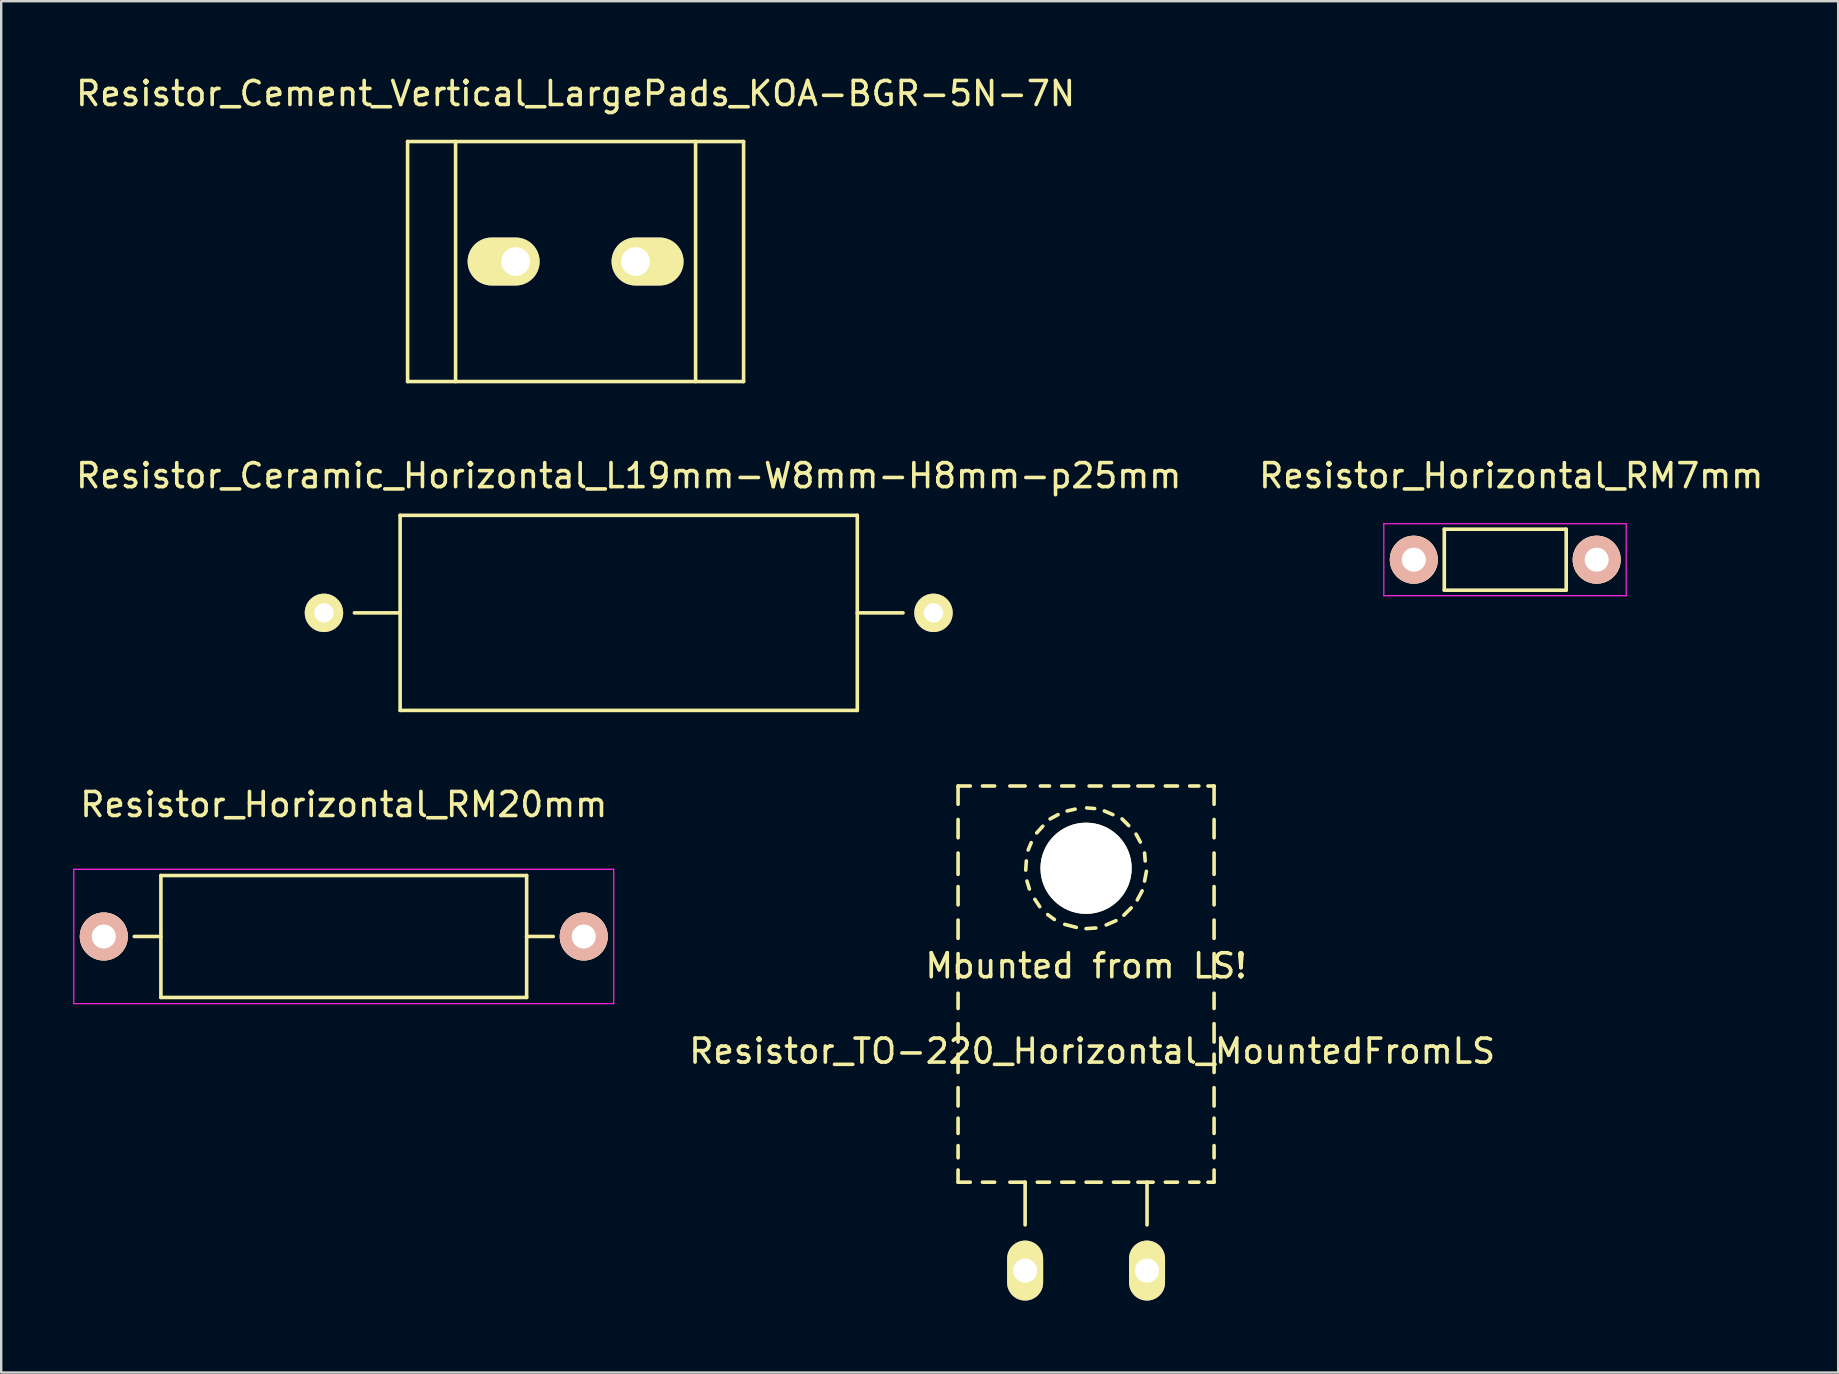
<source format=kicad_pcb>
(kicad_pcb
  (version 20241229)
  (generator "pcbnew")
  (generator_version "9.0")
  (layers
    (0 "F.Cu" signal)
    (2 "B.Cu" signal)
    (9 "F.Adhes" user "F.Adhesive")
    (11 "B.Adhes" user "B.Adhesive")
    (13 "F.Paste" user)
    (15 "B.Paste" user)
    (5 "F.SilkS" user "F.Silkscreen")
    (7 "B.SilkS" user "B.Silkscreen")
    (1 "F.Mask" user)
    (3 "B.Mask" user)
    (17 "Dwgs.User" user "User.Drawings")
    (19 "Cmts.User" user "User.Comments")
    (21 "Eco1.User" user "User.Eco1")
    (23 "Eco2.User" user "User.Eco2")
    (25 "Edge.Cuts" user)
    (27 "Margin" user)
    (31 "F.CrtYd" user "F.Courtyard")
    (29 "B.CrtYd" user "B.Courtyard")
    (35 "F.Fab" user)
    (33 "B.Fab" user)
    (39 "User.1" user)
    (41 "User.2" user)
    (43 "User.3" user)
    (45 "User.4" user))
  (footprint "Resistor_TO-220_Horizontal_MountedFromLS"
    (layer "F.Cu")
    (at 42.207 49.895)
    (property "Reference" "Resistor_TO-220_Horizontal_MountedFromLS" (at 0.254 -9.144 0) (layer "F.SilkS") (effects (font (size 1 1) (thickness 0.15))))
    (attr through_hole)
    (fp_line (start -5.334 -20.193) (end -5.334 -19.431) (stroke (width 0.15) (type solid)) (layer "F.SilkS"))
    (fp_line (start -5.334 -20.193) (end -4.826 -20.193) (stroke (width 0.15) (type solid)) (layer "F.SilkS"))
    (fp_line (start -5.334 -18.796) (end -5.334 -18.034) (stroke (width 0.15) (type solid)) (layer "F.SilkS"))
    (fp_line (start -5.334 -17.399) (end -5.334 -16.51) (stroke (width 0.15) (type solid)) (layer "F.SilkS"))
    (fp_line (start -5.334 -16.002) (end -5.334 -15.24) (stroke (width 0.15) (type solid)) (layer "F.SilkS"))
    (fp_line (start -5.334 -14.605) (end -5.334 -13.843) (stroke (width 0.15) (type solid)) (layer "F.SilkS"))
    (fp_line (start -5.334 -13.208) (end -5.334 -12.192) (stroke (width 0.15) (type solid)) (layer "F.SilkS"))
    (fp_line (start -5.334 -11.557) (end -5.334 -10.922) (stroke (width 0.15) (type solid)) (layer "F.SilkS"))
    (fp_line (start -5.334 -10.287) (end -5.334 -9.525) (stroke (width 0.15) (type solid)) (layer "F.SilkS"))
    (fp_line (start -5.334 -9.017) (end -5.334 -8.255) (stroke (width 0.15) (type solid)) (layer "F.SilkS"))
    (fp_line (start -5.334 -7.62) (end -5.334 -6.858) (stroke (width 0.15) (type solid)) (layer "F.SilkS"))
    (fp_line (start -5.334 -6.35) (end -5.334 -5.715) (stroke (width 0.15) (type solid)) (layer "F.SilkS"))
    (fp_line (start -5.334 -5.207) (end -5.334 -4.699) (stroke (width 0.15) (type solid)) (layer "F.SilkS"))
    (fp_line (start -5.334 -4.191) (end -5.334 -3.683) (stroke (width 0.15) (type solid)) (layer "F.SilkS"))
    (fp_line (start -5.334 -3.683) (end -4.826 -3.683) (stroke (width 0.15) (type solid)) (layer "F.SilkS"))
    (fp_line (start -4.318 -20.193) (end -3.81 -20.193) (stroke (width 0.15) (type solid)) (layer "F.SilkS"))
    (fp_line (start -4.318 -3.683) (end -3.81 -3.683) (stroke (width 0.15) (type solid)) (layer "F.SilkS"))
    (fp_line (start -3.175 -20.193) (end -2.54 -20.193) (stroke (width 0.15) (type solid)) (layer "F.SilkS"))
    (fp_line (start -3.175 -3.683) (end -2.54 -3.683) (stroke (width 0.15) (type solid)) (layer "F.SilkS"))
    (fp_line (start -2.54 -3.683) (end -2.54 -1.905) (stroke (width 0.15) (type solid)) (layer "F.SilkS"))
    (fp_line (start -2.515 -16.688) (end -2.489 -17.069) (stroke (width 0.15) (type solid)) (layer "F.SilkS"))
    (fp_line (start -2.413 -17.526) (end -2.286 -17.831) (stroke (width 0.15) (type solid)) (layer "F.SilkS"))
    (fp_line (start -2.362 -15.9) (end -2.464 -16.231) (stroke (width 0.15) (type solid)) (layer "F.SilkS"))
    (fp_line (start -2.057 -18.237) (end -1.803 -18.517) (stroke (width 0.15) (type solid)) (layer "F.SilkS"))
    (fp_line (start -2.032 -3.683) (end -1.524 -3.683) (stroke (width 0.15) (type solid)) (layer "F.SilkS"))
    (fp_line (start -1.93 -15.164) (end -2.134 -15.469) (stroke (width 0.15) (type solid)) (layer "F.SilkS"))
    (fp_line (start -1.905 -20.193) (end -1.524 -20.193) (stroke (width 0.15) (type solid)) (layer "F.SilkS"))
    (fp_line (start -1.499 -18.821) (end -1.168 -18.999) (stroke (width 0.15) (type solid)) (layer "F.SilkS"))
    (fp_line (start -1.321 -14.63) (end -1.6 -14.834) (stroke (width 0.15) (type solid)) (layer "F.SilkS"))
    (fp_line (start -1.016 -20.193) (end -0.508 -20.193) (stroke (width 0.15) (type solid)) (layer "F.SilkS"))
    (fp_line (start -1.016 -3.683) (end -0.508 -3.683) (stroke (width 0.15) (type solid)) (layer "F.SilkS"))
    (fp_line (start -0.787 -19.152) (end -0.457 -19.228) (stroke (width 0.15) (type solid)) (layer "F.SilkS"))
    (fp_line (start -0.406 -14.3) (end -0.889 -14.427) (stroke (width 0.15) (type solid)) (layer "F.SilkS"))
    (fp_line (start 0 -3.683) (end 0.635 -3.683) (stroke (width 0.15) (type solid)) (layer "F.SilkS"))
    (fp_line (start 0.025 -19.279) (end 0.356 -19.253) (stroke (width 0.15) (type solid)) (layer "F.SilkS"))
    (fp_line (start 0.127 -20.193) (end 0.635 -20.193) (stroke (width 0.15) (type solid)) (layer "F.SilkS"))
    (fp_line (start 0.406 -14.275) (end 0 -14.249) (stroke (width 0.15) (type solid)) (layer "F.SilkS"))
    (fp_line (start 0.762 -19.152) (end 1.118 -18.999) (stroke (width 0.15) (type solid)) (layer "F.SilkS"))
    (fp_line (start 1.143 -20.193) (end 1.778 -20.193) (stroke (width 0.15) (type solid)) (layer "F.SilkS"))
    (fp_line (start 1.143 -3.683) (end 1.778 -3.683) (stroke (width 0.15) (type solid)) (layer "F.SilkS"))
    (fp_line (start 1.245 -14.58) (end 0.838 -14.402) (stroke (width 0.15) (type solid)) (layer "F.SilkS"))
    (fp_line (start 1.499 -18.821) (end 1.778 -18.542) (stroke (width 0.15) (type solid)) (layer "F.SilkS"))
    (fp_line (start 1.88 -15.113) (end 1.575 -14.808) (stroke (width 0.15) (type solid)) (layer "F.SilkS"))
    (fp_line (start 2.083 -18.186) (end 2.261 -17.856) (stroke (width 0.15) (type solid)) (layer "F.SilkS"))
    (fp_line (start 2.159 -20.193) (end 2.794 -20.193) (stroke (width 0.15) (type solid)) (layer "F.SilkS"))
    (fp_line (start 2.159 -3.683) (end 2.794 -3.683) (stroke (width 0.15) (type solid)) (layer "F.SilkS"))
    (fp_line (start 2.337 -15.824) (end 2.134 -15.443) (stroke (width 0.15) (type solid)) (layer "F.SilkS"))
    (fp_line (start 2.438 -17.399) (end 2.464 -17.069) (stroke (width 0.15) (type solid)) (layer "F.SilkS"))
    (fp_line (start 2.515 -16.637) (end 2.438 -16.231) (stroke (width 0.15) (type solid)) (layer "F.SilkS"))
    (fp_line (start 2.54 -3.683) (end 2.54 -1.905) (stroke (width 0.15) (type solid)) (layer "F.SilkS"))
    (fp_line (start 3.302 -20.193) (end 3.81 -20.193) (stroke (width 0.15) (type solid)) (layer "F.SilkS"))
    (fp_line (start 3.302 -3.683) (end 3.81 -3.683) (stroke (width 0.15) (type solid)) (layer "F.SilkS"))
    (fp_line (start 4.318 -20.193) (end 4.699 -20.193) (stroke (width 0.15) (type solid)) (layer "F.SilkS"))
    (fp_line (start 4.318 -3.683) (end 4.699 -3.683) (stroke (width 0.15) (type solid)) (layer "F.SilkS"))
    (fp_line (start 5.08 -20.193) (end 5.334 -20.193) (stroke (width 0.15) (type solid)) (layer "F.SilkS"))
    (fp_line (start 5.08 -3.683) (end 5.334 -3.683) (stroke (width 0.15) (type solid)) (layer "F.SilkS"))
    (fp_line (start 5.334 -20.193) (end 5.334 -19.431) (stroke (width 0.15) (type solid)) (layer "F.SilkS"))
    (fp_line (start 5.334 -18.796) (end 5.334 -18.034) (stroke (width 0.15) (type solid)) (layer "F.SilkS"))
    (fp_line (start 5.334 -17.399) (end 5.334 -16.51) (stroke (width 0.15) (type solid)) (layer "F.SilkS"))
    (fp_line (start 5.334 -16.002) (end 5.334 -15.24) (stroke (width 0.15) (type solid)) (layer "F.SilkS"))
    (fp_line (start 5.334 -14.605) (end 5.334 -13.843) (stroke (width 0.15) (type solid)) (layer "F.SilkS"))
    (fp_line (start 5.334 -13.208) (end 5.334 -12.192) (stroke (width 0.15) (type solid)) (layer "F.SilkS"))
    (fp_line (start 5.334 -11.557) (end 5.334 -10.922) (stroke (width 0.15) (type solid)) (layer "F.SilkS"))
    (fp_line (start 5.334 -10.287) (end 5.334 -9.525) (stroke (width 0.15) (type solid)) (layer "F.SilkS"))
    (fp_line (start 5.334 -9.017) (end 5.334 -8.255) (stroke (width 0.15) (type solid)) (layer "F.SilkS"))
    (fp_line (start 5.334 -7.62) (end 5.334 -6.858) (stroke (width 0.15) (type solid)) (layer "F.SilkS"))
    (fp_line (start 5.334 -6.35) (end 5.334 -5.715) (stroke (width 0.15) (type solid)) (layer "F.SilkS"))
    (fp_line (start 5.334 -5.207) (end 5.334 -4.699) (stroke (width 0.15) (type solid)) (layer "F.SilkS"))
    (fp_line (start 5.334 -4.191) (end 5.334 -3.683) (stroke (width 0.15) (type solid)) (layer "F.SilkS"))
    (fp_text user "Mounted from LS!" (at 0 -12.7 0) (layer "F.SilkS") (effects (font (size 1 1) (thickness 0.15))))
    (pad "" np_thru_hole circle (at 0 -16.764 90) (size 3.8 3.8) (drill 3.8) (layers "*.Cu" "*.Mask" "F.SilkS"))
    (pad "1" thru_hole oval (at 2.54 0 90) (size 2.499 1.501) (drill 1.001) (layers "*.Cu" "*.Mask" "F.SilkS"))
    (pad "2" thru_hole oval (at -2.54 0 90) (size 2.499 1.501) (drill 1.001) (layers "*.Cu" "*.Mask" "F.SilkS")))
  (footprint "Resistor_Horizontal_RM20mm"
    (layer "F.Cu")
    (at 1.275 35.974)
    (property "Reference" "Resistor_Horizontal_RM20mm" (at 10 -5.499 0) (layer "F.SilkS") (effects (font (size 1 1) (thickness 0.15))))
    (attr through_hole)
    (fp_line (start 1.27 0) (end 2.38 0) (stroke (width 0.15) (type solid)) (layer "F.SilkS"))
    (fp_line (start 2.38 -2.54) (end 2.38 2.54) (stroke (width 0.15) (type solid)) (layer "F.SilkS"))
    (fp_line (start 2.38 2.54) (end 17.62 2.54) (stroke (width 0.15) (type solid)) (layer "F.SilkS"))
    (fp_line (start 17.62 -2.54) (end 2.38 -2.54) (stroke (width 0.15) (type solid)) (layer "F.SilkS"))
    (fp_line (start 17.62 0) (end 17.62 -2.54) (stroke (width 0.15) (type solid)) (layer "F.SilkS"))
    (fp_line (start 17.62 2.54) (end 17.62 0) (stroke (width 0.15) (type solid)) (layer "F.SilkS"))
    (fp_line (start 18.73 0) (end 17.62 0) (stroke (width 0.15) (type solid)) (layer "F.SilkS"))
    (fp_line (start -1.25 -2.8) (end 21.25 -2.8) (stroke (width 0.05) (type solid)) (layer "F.CrtYd"))
    (fp_line (start -1.25 2.8) (end -1.25 -2.8) (stroke (width 0.05) (type solid)) (layer "F.CrtYd"))
    (fp_line (start 21.25 -2.8) (end 21.25 2.8) (stroke (width 0.05) (type solid)) (layer "F.CrtYd"))
    (fp_line (start 21.25 2.8) (end -1.25 2.8) (stroke (width 0.05) (type solid)) (layer "F.CrtYd"))
    (pad "1" thru_hole circle (at 0 0) (size 1.999 1.999) (drill 1.001) (layers "*.Cu" "*.SilkS" "*.Mask"))
    (pad "2" thru_hole circle (at 20 0) (size 1.999 1.999) (drill 1.001) (layers "*.Cu" "*.SilkS" "*.Mask")))
  (footprint "Resistor_Horizontal_RM7mm"
    (layer "F.Cu")
    (at 55.864 20.273)
    (property "Reference" "Resistor_Horizontal_RM7mm" (at 4.059 -3.5 0) (layer "F.SilkS") (effects (font (size 1 1) (thickness 0.15))))
    (attr through_hole)
    (fp_line (start 1.27 -1.27) (end 6.35 -1.27) (stroke (width 0.15) (type solid)) (layer "F.SilkS"))
    (fp_line (start 1.27 1.27) (end 1.27 -1.27) (stroke (width 0.15) (type solid)) (layer "F.SilkS"))
    (fp_line (start 6.35 -1.27) (end 6.35 1.27) (stroke (width 0.15) (type solid)) (layer "F.SilkS"))
    (fp_line (start 6.35 1.27) (end 1.27 1.27) (stroke (width 0.15) (type solid)) (layer "F.SilkS"))
    (fp_line (start -1.25 -1.5) (end 8.85 -1.5) (stroke (width 0.05) (type solid)) (layer "F.CrtYd"))
    (fp_line (start -1.25 1.5) (end -1.25 -1.5) (stroke (width 0.05) (type solid)) (layer "F.CrtYd"))
    (fp_line (start -1.25 1.5) (end 8.85 1.5) (stroke (width 0.05) (type solid)) (layer "F.CrtYd"))
    (fp_line (start 8.85 -1.5) (end 8.85 1.5) (stroke (width 0.05) (type solid)) (layer "F.CrtYd"))
    (pad "1" thru_hole circle (at 0 0) (size 1.999 1.999) (drill 1.001) (layers "*.Cu" "*.SilkS" "*.Mask"))
    (pad "2" thru_hole circle (at 7.62 0) (size 1.999 1.999) (drill 1.001) (layers "*.Cu" "*.SilkS" "*.Mask")))
  (footprint "Resistor_Ceramic_Horizontal_L19mm-W8mm-H8mm-p25mm"
    (layer "F.Cu")
    (at 23.149 22.488)
    (property "Reference" "Resistor_Ceramic_Horizontal_L19mm-W8mm-H8mm-p25mm" (at 0 -5.715 0) (layer "F.SilkS") (effects (font (size 1 1) (thickness 0.15))))
    (attr through_hole)
    (fp_line (start -9.525 -4.064) (end -9.525 4.064) (stroke (width 0.15) (type solid)) (layer "F.SilkS"))
    (fp_line (start -9.525 0) (end -11.43 0) (stroke (width 0.15) (type solid)) (layer "F.SilkS"))
    (fp_line (start -9.525 4.064) (end 9.525 4.064) (stroke (width 0.15) (type solid)) (layer "F.SilkS"))
    (fp_line (start 9.525 -4.064) (end -9.525 -4.064) (stroke (width 0.15) (type solid)) (layer "F.SilkS"))
    (fp_line (start 9.525 0) (end 11.43 0) (stroke (width 0.15) (type solid)) (layer "F.SilkS"))
    (fp_line (start 9.525 4.064) (end 9.525 -4.064) (stroke (width 0.15) (type solid)) (layer "F.SilkS"))
    (pad "1" thru_hole circle (at -12.7 0 180) (size 1.6 1.6) (drill 0.8) (layers "*.Cu" "*.Mask" "F.SilkS"))
    (pad "2" thru_hole circle (at 12.7 0 180) (size 1.6 1.6) (drill 0.8) (layers "*.Cu" "*.Mask" "F.SilkS")))
  (footprint "Resistor_Cement_Vertical_LargePads_KOA-BGR-5N-7N"
    (layer "F.Cu")
    (at 20.935 7.848)
    (property "Reference" "Resistor_Cement_Vertical_LargePads_KOA-BGR-5N-7N" (at 0 -7 0) (layer "F.SilkS") (effects (font (size 1 1) (thickness 0.15))))
    (attr through_hole)
    (fp_line (start -7 -5.001) (end -7 5.001) (stroke (width 0.15) (type solid)) (layer "F.SilkS"))
    (fp_line (start -7 5.001) (end 7 5.001) (stroke (width 0.15) (type solid)) (layer "F.SilkS"))
    (fp_line (start -5.001 -5.001) (end -5.001 5.001) (stroke (width 0.15) (type solid)) (layer "F.SilkS"))
    (fp_line (start 5.001 -5.001) (end 5.001 5.001) (stroke (width 0.15) (type solid)) (layer "F.SilkS"))
    (fp_line (start 7 -5.001) (end -7 -5.001) (stroke (width 0.15) (type solid)) (layer "F.SilkS"))
    (fp_line (start 7 5.001) (end 7 -5.001) (stroke (width 0.15) (type solid)) (layer "F.SilkS"))
    (pad "1" thru_hole oval (at -2.499 0) (size 3 1.999) (drill 1.199 (offset -0.5 0)) (layers "*.Cu" "*.Mask" "F.SilkS"))
    (pad "2" thru_hole oval (at 2.499 0 180) (size 3 1.999) (drill 1.199 (offset -0.5 0)) (layers "*.Cu" "*.Mask" "F.SilkS")))
  (gr_rect
    (start -3 -3)
    (end 73.548 54.145)
    (stroke (width 0.1) (type default))
    (fill no)
    (layer "Edge.Cuts")))
</source>
